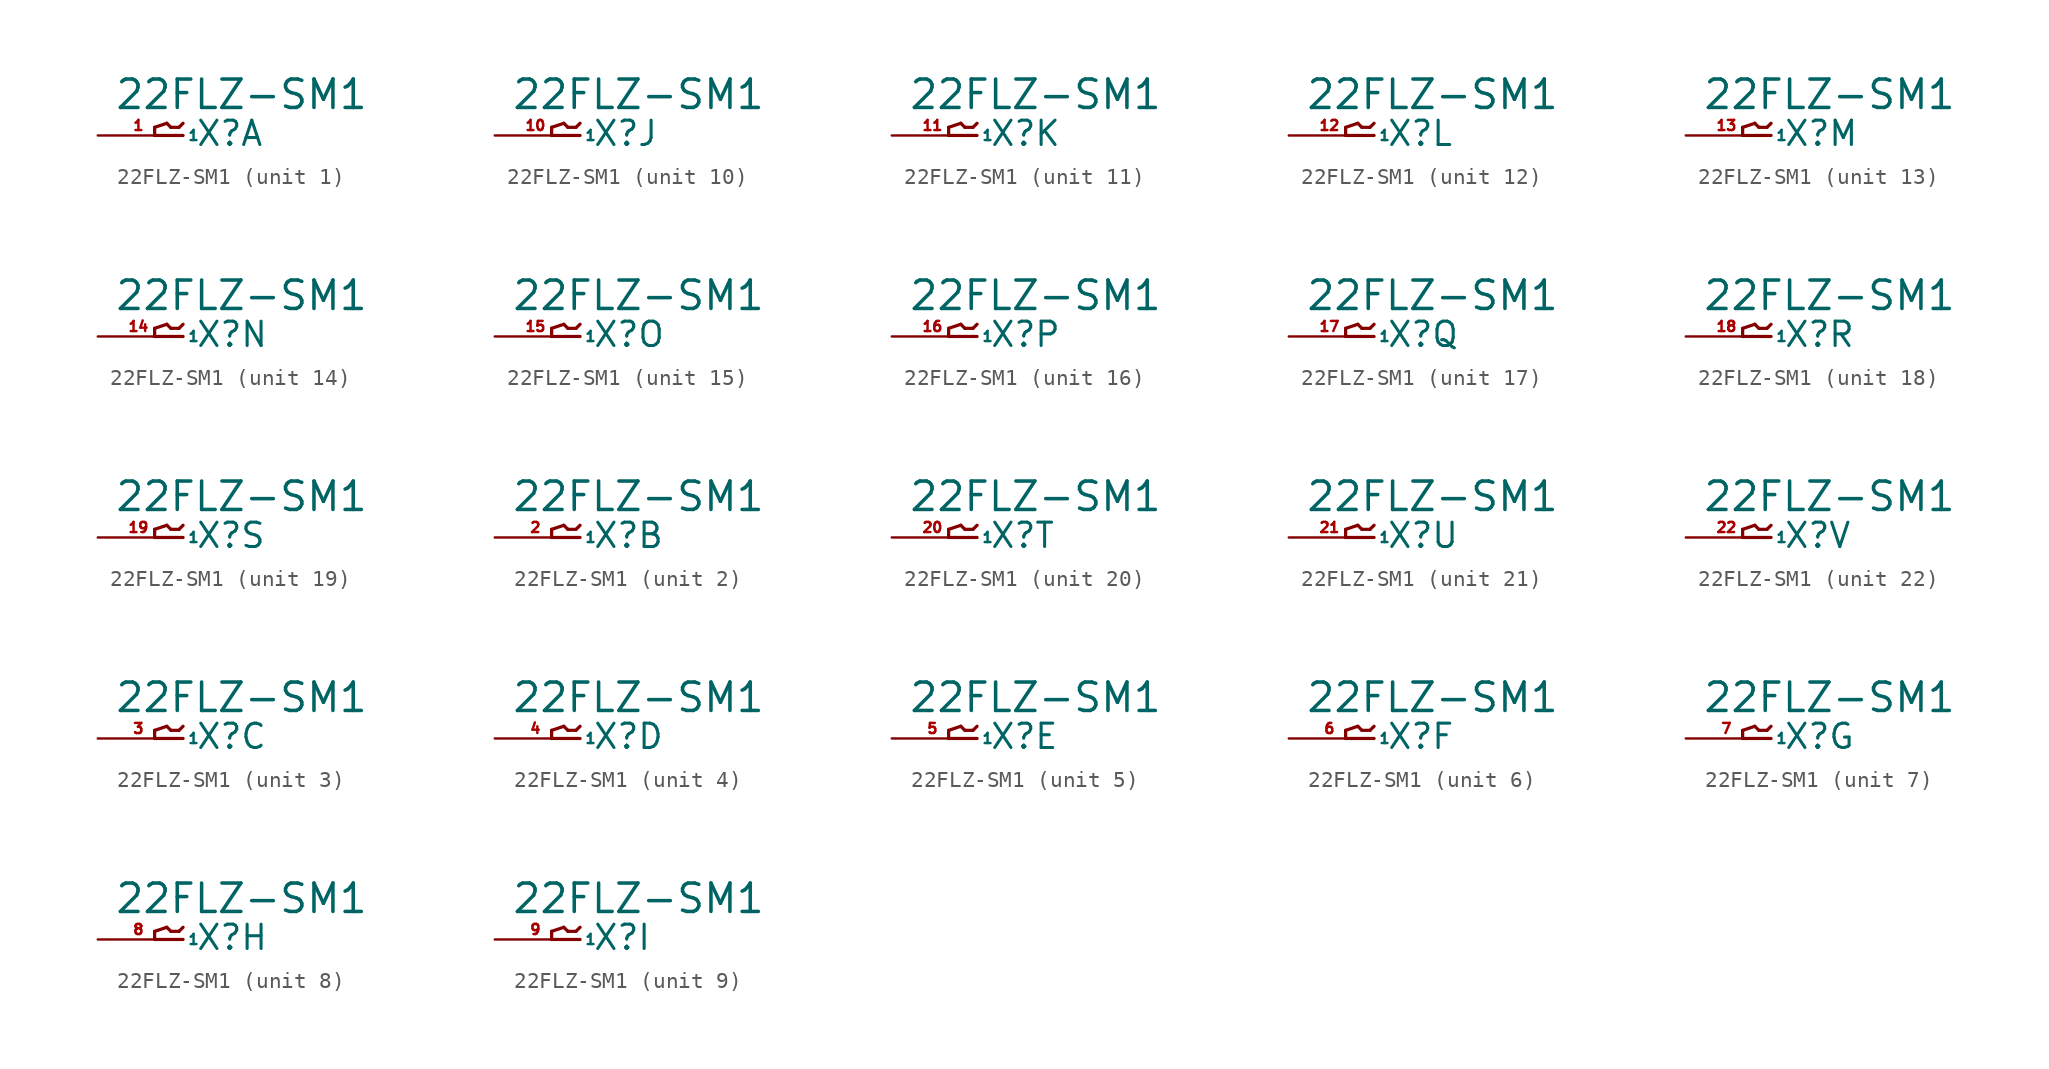
<source format=kicad_sym>
(kicad_symbol_lib
  (version 20220914)
  (generator Eagle2Kicad)
  (symbol "22FLZ-SM1"
    (property "Reference" "X"
      (at 1.016 -0.762 0)
      (effects (font (size 1.524 1.524) (thickness 0.19)) (justify left bottom)))
    (property "Value" "22FLZ-SM1"
      (at -4.064 1.524 0)
      (effects (font (size 1.778 1.778) (thickness 0.22)) (justify left bottom)))
    (symbol "22FLZ-SM1_1_0"
      (polyline (pts (xy 0.254 0) (xy -1.524 0)) (stroke (width 0.203) (type default)) (fill (type none)))
      (polyline (pts (xy -1.524 0) (xy -1.524 0.508)) (stroke (width 0.203) (type default)) (fill (type none)))
      (polyline (pts (xy -1.524 0.508) (xy -0.762 0.762)) (stroke (width 0.203) (type default)) (fill (type none)))
      (polyline (pts (xy -0.762 0.762) (xy -0.508 0.508)) (stroke (width 0.203) (type default)) (fill (type none)))
      (polyline (pts (xy -0.508 0.508) (xy 0 0.508)) (stroke (width 0.203) (type default)) (fill (type none)))
      (polyline (pts (xy 0 0.508) (xy 0.254 0.762)) (stroke (width 0.203) (type default)) (fill (type none)))
      (pin passive line (at -5.08 0 0) (length 5.08) (name "1" (effects (font (size 0.635 0.635) (thickness 0.08)) (justify left bottom))) (number "1" (effects (font (size 0.635 0.635) (thickness 0.08)) (justify left bottom)))))
    (symbol "22FLZ-SM1_2_0"
      (polyline (pts (xy 0.254 0) (xy -1.524 0)) (stroke (width 0.203) (type default)) (fill (type none)))
      (polyline (pts (xy -1.524 0) (xy -1.524 0.508)) (stroke (width 0.203) (type default)) (fill (type none)))
      (polyline (pts (xy -1.524 0.508) (xy -0.762 0.762)) (stroke (width 0.203) (type default)) (fill (type none)))
      (polyline (pts (xy -0.762 0.762) (xy -0.508 0.508)) (stroke (width 0.203) (type default)) (fill (type none)))
      (polyline (pts (xy -0.508 0.508) (xy 0 0.508)) (stroke (width 0.203) (type default)) (fill (type none)))
      (polyline (pts (xy 0 0.508) (xy 0.254 0.762)) (stroke (width 0.203) (type default)) (fill (type none)))
      (pin passive line (at -5.08 0 0) (length 5.08) (name "1" (effects (font (size 0.635 0.635) (thickness 0.08)) (justify left bottom))) (number "2" (effects (font (size 0.635 0.635) (thickness 0.08)) (justify left bottom)))))
    (symbol "22FLZ-SM1_3_0"
      (polyline (pts (xy 0.254 0) (xy -1.524 0)) (stroke (width 0.203) (type default)) (fill (type none)))
      (polyline (pts (xy -1.524 0) (xy -1.524 0.508)) (stroke (width 0.203) (type default)) (fill (type none)))
      (polyline (pts (xy -1.524 0.508) (xy -0.762 0.762)) (stroke (width 0.203) (type default)) (fill (type none)))
      (polyline (pts (xy -0.762 0.762) (xy -0.508 0.508)) (stroke (width 0.203) (type default)) (fill (type none)))
      (polyline (pts (xy -0.508 0.508) (xy 0 0.508)) (stroke (width 0.203) (type default)) (fill (type none)))
      (polyline (pts (xy 0 0.508) (xy 0.254 0.762)) (stroke (width 0.203) (type default)) (fill (type none)))
      (pin passive line (at -5.08 0 0) (length 5.08) (name "1" (effects (font (size 0.635 0.635) (thickness 0.08)) (justify left bottom))) (number "3" (effects (font (size 0.635 0.635) (thickness 0.08)) (justify left bottom)))))
    (symbol "22FLZ-SM1_4_0"
      (polyline (pts (xy 0.254 0) (xy -1.524 0)) (stroke (width 0.203) (type default)) (fill (type none)))
      (polyline (pts (xy -1.524 0) (xy -1.524 0.508)) (stroke (width 0.203) (type default)) (fill (type none)))
      (polyline (pts (xy -1.524 0.508) (xy -0.762 0.762)) (stroke (width 0.203) (type default)) (fill (type none)))
      (polyline (pts (xy -0.762 0.762) (xy -0.508 0.508)) (stroke (width 0.203) (type default)) (fill (type none)))
      (polyline (pts (xy -0.508 0.508) (xy 0 0.508)) (stroke (width 0.203) (type default)) (fill (type none)))
      (polyline (pts (xy 0 0.508) (xy 0.254 0.762)) (stroke (width 0.203) (type default)) (fill (type none)))
      (pin passive line (at -5.08 0 0) (length 5.08) (name "1" (effects (font (size 0.635 0.635) (thickness 0.08)) (justify left bottom))) (number "4" (effects (font (size 0.635 0.635) (thickness 0.08)) (justify left bottom)))))
    (symbol "22FLZ-SM1_5_0"
      (polyline (pts (xy 0.254 0) (xy -1.524 0)) (stroke (width 0.203) (type default)) (fill (type none)))
      (polyline (pts (xy -1.524 0) (xy -1.524 0.508)) (stroke (width 0.203) (type default)) (fill (type none)))
      (polyline (pts (xy -1.524 0.508) (xy -0.762 0.762)) (stroke (width 0.203) (type default)) (fill (type none)))
      (polyline (pts (xy -0.762 0.762) (xy -0.508 0.508)) (stroke (width 0.203) (type default)) (fill (type none)))
      (polyline (pts (xy -0.508 0.508) (xy 0 0.508)) (stroke (width 0.203) (type default)) (fill (type none)))
      (polyline (pts (xy 0 0.508) (xy 0.254 0.762)) (stroke (width 0.203) (type default)) (fill (type none)))
      (pin passive line (at -5.08 0 0) (length 5.08) (name "1" (effects (font (size 0.635 0.635) (thickness 0.08)) (justify left bottom))) (number "5" (effects (font (size 0.635 0.635) (thickness 0.08)) (justify left bottom)))))
    (symbol "22FLZ-SM1_6_0"
      (polyline (pts (xy 0.254 0) (xy -1.524 0)) (stroke (width 0.203) (type default)) (fill (type none)))
      (polyline (pts (xy -1.524 0) (xy -1.524 0.508)) (stroke (width 0.203) (type default)) (fill (type none)))
      (polyline (pts (xy -1.524 0.508) (xy -0.762 0.762)) (stroke (width 0.203) (type default)) (fill (type none)))
      (polyline (pts (xy -0.762 0.762) (xy -0.508 0.508)) (stroke (width 0.203) (type default)) (fill (type none)))
      (polyline (pts (xy -0.508 0.508) (xy 0 0.508)) (stroke (width 0.203) (type default)) (fill (type none)))
      (polyline (pts (xy 0 0.508) (xy 0.254 0.762)) (stroke (width 0.203) (type default)) (fill (type none)))
      (pin passive line (at -5.08 0 0) (length 5.08) (name "1" (effects (font (size 0.635 0.635) (thickness 0.08)) (justify left bottom))) (number "6" (effects (font (size 0.635 0.635) (thickness 0.08)) (justify left bottom)))))
    (symbol "22FLZ-SM1_7_0"
      (polyline (pts (xy 0.254 0) (xy -1.524 0)) (stroke (width 0.203) (type default)) (fill (type none)))
      (polyline (pts (xy -1.524 0) (xy -1.524 0.508)) (stroke (width 0.203) (type default)) (fill (type none)))
      (polyline (pts (xy -1.524 0.508) (xy -0.762 0.762)) (stroke (width 0.203) (type default)) (fill (type none)))
      (polyline (pts (xy -0.762 0.762) (xy -0.508 0.508)) (stroke (width 0.203) (type default)) (fill (type none)))
      (polyline (pts (xy -0.508 0.508) (xy 0 0.508)) (stroke (width 0.203) (type default)) (fill (type none)))
      (polyline (pts (xy 0 0.508) (xy 0.254 0.762)) (stroke (width 0.203) (type default)) (fill (type none)))
      (pin passive line (at -5.08 0 0) (length 5.08) (name "1" (effects (font (size 0.635 0.635) (thickness 0.08)) (justify left bottom))) (number "7" (effects (font (size 0.635 0.635) (thickness 0.08)) (justify left bottom)))))
    (symbol "22FLZ-SM1_8_0"
      (polyline (pts (xy 0.254 0) (xy -1.524 0)) (stroke (width 0.203) (type default)) (fill (type none)))
      (polyline (pts (xy -1.524 0) (xy -1.524 0.508)) (stroke (width 0.203) (type default)) (fill (type none)))
      (polyline (pts (xy -1.524 0.508) (xy -0.762 0.762)) (stroke (width 0.203) (type default)) (fill (type none)))
      (polyline (pts (xy -0.762 0.762) (xy -0.508 0.508)) (stroke (width 0.203) (type default)) (fill (type none)))
      (polyline (pts (xy -0.508 0.508) (xy 0 0.508)) (stroke (width 0.203) (type default)) (fill (type none)))
      (polyline (pts (xy 0 0.508) (xy 0.254 0.762)) (stroke (width 0.203) (type default)) (fill (type none)))
      (pin passive line (at -5.08 0 0) (length 5.08) (name "1" (effects (font (size 0.635 0.635) (thickness 0.08)) (justify left bottom))) (number "8" (effects (font (size 0.635 0.635) (thickness 0.08)) (justify left bottom)))))
    (symbol "22FLZ-SM1_9_0"
      (polyline (pts (xy 0.254 0) (xy -1.524 0)) (stroke (width 0.203) (type default)) (fill (type none)))
      (polyline (pts (xy -1.524 0) (xy -1.524 0.508)) (stroke (width 0.203) (type default)) (fill (type none)))
      (polyline (pts (xy -1.524 0.508) (xy -0.762 0.762)) (stroke (width 0.203) (type default)) (fill (type none)))
      (polyline (pts (xy -0.762 0.762) (xy -0.508 0.508)) (stroke (width 0.203) (type default)) (fill (type none)))
      (polyline (pts (xy -0.508 0.508) (xy 0 0.508)) (stroke (width 0.203) (type default)) (fill (type none)))
      (polyline (pts (xy 0 0.508) (xy 0.254 0.762)) (stroke (width 0.203) (type default)) (fill (type none)))
      (pin passive line (at -5.08 0 0) (length 5.08) (name "1" (effects (font (size 0.635 0.635) (thickness 0.08)) (justify left bottom))) (number "9" (effects (font (size 0.635 0.635) (thickness 0.08)) (justify left bottom)))))
    (symbol "22FLZ-SM1_10_0"
      (polyline (pts (xy 0.254 0) (xy -1.524 0)) (stroke (width 0.203) (type default)) (fill (type none)))
      (polyline (pts (xy -1.524 0) (xy -1.524 0.508)) (stroke (width 0.203) (type default)) (fill (type none)))
      (polyline (pts (xy -1.524 0.508) (xy -0.762 0.762)) (stroke (width 0.203) (type default)) (fill (type none)))
      (polyline (pts (xy -0.762 0.762) (xy -0.508 0.508)) (stroke (width 0.203) (type default)) (fill (type none)))
      (polyline (pts (xy -0.508 0.508) (xy 0 0.508)) (stroke (width 0.203) (type default)) (fill (type none)))
      (polyline (pts (xy 0 0.508) (xy 0.254 0.762)) (stroke (width 0.203) (type default)) (fill (type none)))
      (pin passive line (at -5.08 0 0) (length 5.08) (name "1" (effects (font (size 0.635 0.635) (thickness 0.08)) (justify left bottom))) (number "10" (effects (font (size 0.635 0.635) (thickness 0.08)) (justify left bottom)))))
    (symbol "22FLZ-SM1_11_0"
      (polyline (pts (xy 0.254 0) (xy -1.524 0)) (stroke (width 0.203) (type default)) (fill (type none)))
      (polyline (pts (xy -1.524 0) (xy -1.524 0.508)) (stroke (width 0.203) (type default)) (fill (type none)))
      (polyline (pts (xy -1.524 0.508) (xy -0.762 0.762)) (stroke (width 0.203) (type default)) (fill (type none)))
      (polyline (pts (xy -0.762 0.762) (xy -0.508 0.508)) (stroke (width 0.203) (type default)) (fill (type none)))
      (polyline (pts (xy -0.508 0.508) (xy 0 0.508)) (stroke (width 0.203) (type default)) (fill (type none)))
      (polyline (pts (xy 0 0.508) (xy 0.254 0.762)) (stroke (width 0.203) (type default)) (fill (type none)))
      (pin passive line (at -5.08 0 0) (length 5.08) (name "1" (effects (font (size 0.635 0.635) (thickness 0.08)) (justify left bottom))) (number "11" (effects (font (size 0.635 0.635) (thickness 0.08)) (justify left bottom)))))
    (symbol "22FLZ-SM1_12_0"
      (polyline (pts (xy 0.254 0) (xy -1.524 0)) (stroke (width 0.203) (type default)) (fill (type none)))
      (polyline (pts (xy -1.524 0) (xy -1.524 0.508)) (stroke (width 0.203) (type default)) (fill (type none)))
      (polyline (pts (xy -1.524 0.508) (xy -0.762 0.762)) (stroke (width 0.203) (type default)) (fill (type none)))
      (polyline (pts (xy -0.762 0.762) (xy -0.508 0.508)) (stroke (width 0.203) (type default)) (fill (type none)))
      (polyline (pts (xy -0.508 0.508) (xy 0 0.508)) (stroke (width 0.203) (type default)) (fill (type none)))
      (polyline (pts (xy 0 0.508) (xy 0.254 0.762)) (stroke (width 0.203) (type default)) (fill (type none)))
      (pin passive line (at -5.08 0 0) (length 5.08) (name "1" (effects (font (size 0.635 0.635) (thickness 0.08)) (justify left bottom))) (number "12" (effects (font (size 0.635 0.635) (thickness 0.08)) (justify left bottom)))))
    (symbol "22FLZ-SM1_13_0"
      (polyline (pts (xy 0.254 0) (xy -1.524 0)) (stroke (width 0.203) (type default)) (fill (type none)))
      (polyline (pts (xy -1.524 0) (xy -1.524 0.508)) (stroke (width 0.203) (type default)) (fill (type none)))
      (polyline (pts (xy -1.524 0.508) (xy -0.762 0.762)) (stroke (width 0.203) (type default)) (fill (type none)))
      (polyline (pts (xy -0.762 0.762) (xy -0.508 0.508)) (stroke (width 0.203) (type default)) (fill (type none)))
      (polyline (pts (xy -0.508 0.508) (xy 0 0.508)) (stroke (width 0.203) (type default)) (fill (type none)))
      (polyline (pts (xy 0 0.508) (xy 0.254 0.762)) (stroke (width 0.203) (type default)) (fill (type none)))
      (pin passive line (at -5.08 0 0) (length 5.08) (name "1" (effects (font (size 0.635 0.635) (thickness 0.08)) (justify left bottom))) (number "13" (effects (font (size 0.635 0.635) (thickness 0.08)) (justify left bottom)))))
    (symbol "22FLZ-SM1_14_0"
      (polyline (pts (xy 0.254 0) (xy -1.524 0)) (stroke (width 0.203) (type default)) (fill (type none)))
      (polyline (pts (xy -1.524 0) (xy -1.524 0.508)) (stroke (width 0.203) (type default)) (fill (type none)))
      (polyline (pts (xy -1.524 0.508) (xy -0.762 0.762)) (stroke (width 0.203) (type default)) (fill (type none)))
      (polyline (pts (xy -0.762 0.762) (xy -0.508 0.508)) (stroke (width 0.203) (type default)) (fill (type none)))
      (polyline (pts (xy -0.508 0.508) (xy 0 0.508)) (stroke (width 0.203) (type default)) (fill (type none)))
      (polyline (pts (xy 0 0.508) (xy 0.254 0.762)) (stroke (width 0.203) (type default)) (fill (type none)))
      (pin passive line (at -5.08 0 0) (length 5.08) (name "1" (effects (font (size 0.635 0.635) (thickness 0.08)) (justify left bottom))) (number "14" (effects (font (size 0.635 0.635) (thickness 0.08)) (justify left bottom)))))
    (symbol "22FLZ-SM1_15_0"
      (polyline (pts (xy 0.254 0) (xy -1.524 0)) (stroke (width 0.203) (type default)) (fill (type none)))
      (polyline (pts (xy -1.524 0) (xy -1.524 0.508)) (stroke (width 0.203) (type default)) (fill (type none)))
      (polyline (pts (xy -1.524 0.508) (xy -0.762 0.762)) (stroke (width 0.203) (type default)) (fill (type none)))
      (polyline (pts (xy -0.762 0.762) (xy -0.508 0.508)) (stroke (width 0.203) (type default)) (fill (type none)))
      (polyline (pts (xy -0.508 0.508) (xy 0 0.508)) (stroke (width 0.203) (type default)) (fill (type none)))
      (polyline (pts (xy 0 0.508) (xy 0.254 0.762)) (stroke (width 0.203) (type default)) (fill (type none)))
      (pin passive line (at -5.08 0 0) (length 5.08) (name "1" (effects (font (size 0.635 0.635) (thickness 0.08)) (justify left bottom))) (number "15" (effects (font (size 0.635 0.635) (thickness 0.08)) (justify left bottom)))))
    (symbol "22FLZ-SM1_16_0"
      (polyline (pts (xy 0.254 0) (xy -1.524 0)) (stroke (width 0.203) (type default)) (fill (type none)))
      (polyline (pts (xy -1.524 0) (xy -1.524 0.508)) (stroke (width 0.203) (type default)) (fill (type none)))
      (polyline (pts (xy -1.524 0.508) (xy -0.762 0.762)) (stroke (width 0.203) (type default)) (fill (type none)))
      (polyline (pts (xy -0.762 0.762) (xy -0.508 0.508)) (stroke (width 0.203) (type default)) (fill (type none)))
      (polyline (pts (xy -0.508 0.508) (xy 0 0.508)) (stroke (width 0.203) (type default)) (fill (type none)))
      (polyline (pts (xy 0 0.508) (xy 0.254 0.762)) (stroke (width 0.203) (type default)) (fill (type none)))
      (pin passive line (at -5.08 0 0) (length 5.08) (name "1" (effects (font (size 0.635 0.635) (thickness 0.08)) (justify left bottom))) (number "16" (effects (font (size 0.635 0.635) (thickness 0.08)) (justify left bottom)))))
    (symbol "22FLZ-SM1_17_0"
      (polyline (pts (xy 0.254 0) (xy -1.524 0)) (stroke (width 0.203) (type default)) (fill (type none)))
      (polyline (pts (xy -1.524 0) (xy -1.524 0.508)) (stroke (width 0.203) (type default)) (fill (type none)))
      (polyline (pts (xy -1.524 0.508) (xy -0.762 0.762)) (stroke (width 0.203) (type default)) (fill (type none)))
      (polyline (pts (xy -0.762 0.762) (xy -0.508 0.508)) (stroke (width 0.203) (type default)) (fill (type none)))
      (polyline (pts (xy -0.508 0.508) (xy 0 0.508)) (stroke (width 0.203) (type default)) (fill (type none)))
      (polyline (pts (xy 0 0.508) (xy 0.254 0.762)) (stroke (width 0.203) (type default)) (fill (type none)))
      (pin passive line (at -5.08 0 0) (length 5.08) (name "1" (effects (font (size 0.635 0.635) (thickness 0.08)) (justify left bottom))) (number "17" (effects (font (size 0.635 0.635) (thickness 0.08)) (justify left bottom)))))
    (symbol "22FLZ-SM1_18_0"
      (polyline (pts (xy 0.254 0) (xy -1.524 0)) (stroke (width 0.203) (type default)) (fill (type none)))
      (polyline (pts (xy -1.524 0) (xy -1.524 0.508)) (stroke (width 0.203) (type default)) (fill (type none)))
      (polyline (pts (xy -1.524 0.508) (xy -0.762 0.762)) (stroke (width 0.203) (type default)) (fill (type none)))
      (polyline (pts (xy -0.762 0.762) (xy -0.508 0.508)) (stroke (width 0.203) (type default)) (fill (type none)))
      (polyline (pts (xy -0.508 0.508) (xy 0 0.508)) (stroke (width 0.203) (type default)) (fill (type none)))
      (polyline (pts (xy 0 0.508) (xy 0.254 0.762)) (stroke (width 0.203) (type default)) (fill (type none)))
      (pin passive line (at -5.08 0 0) (length 5.08) (name "1" (effects (font (size 0.635 0.635) (thickness 0.08)) (justify left bottom))) (number "18" (effects (font (size 0.635 0.635) (thickness 0.08)) (justify left bottom)))))
    (symbol "22FLZ-SM1_19_0"
      (polyline (pts (xy 0.254 0) (xy -1.524 0)) (stroke (width 0.203) (type default)) (fill (type none)))
      (polyline (pts (xy -1.524 0) (xy -1.524 0.508)) (stroke (width 0.203) (type default)) (fill (type none)))
      (polyline (pts (xy -1.524 0.508) (xy -0.762 0.762)) (stroke (width 0.203) (type default)) (fill (type none)))
      (polyline (pts (xy -0.762 0.762) (xy -0.508 0.508)) (stroke (width 0.203) (type default)) (fill (type none)))
      (polyline (pts (xy -0.508 0.508) (xy 0 0.508)) (stroke (width 0.203) (type default)) (fill (type none)))
      (polyline (pts (xy 0 0.508) (xy 0.254 0.762)) (stroke (width 0.203) (type default)) (fill (type none)))
      (pin passive line (at -5.08 0 0) (length 5.08) (name "1" (effects (font (size 0.635 0.635) (thickness 0.08)) (justify left bottom))) (number "19" (effects (font (size 0.635 0.635) (thickness 0.08)) (justify left bottom)))))
    (symbol "22FLZ-SM1_20_0"
      (polyline (pts (xy 0.254 0) (xy -1.524 0)) (stroke (width 0.203) (type default)) (fill (type none)))
      (polyline (pts (xy -1.524 0) (xy -1.524 0.508)) (stroke (width 0.203) (type default)) (fill (type none)))
      (polyline (pts (xy -1.524 0.508) (xy -0.762 0.762)) (stroke (width 0.203) (type default)) (fill (type none)))
      (polyline (pts (xy -0.762 0.762) (xy -0.508 0.508)) (stroke (width 0.203) (type default)) (fill (type none)))
      (polyline (pts (xy -0.508 0.508) (xy 0 0.508)) (stroke (width 0.203) (type default)) (fill (type none)))
      (polyline (pts (xy 0 0.508) (xy 0.254 0.762)) (stroke (width 0.203) (type default)) (fill (type none)))
      (pin passive line (at -5.08 0 0) (length 5.08) (name "1" (effects (font (size 0.635 0.635) (thickness 0.08)) (justify left bottom))) (number "20" (effects (font (size 0.635 0.635) (thickness 0.08)) (justify left bottom)))))
    (symbol "22FLZ-SM1_21_0"
      (polyline (pts (xy 0.254 0) (xy -1.524 0)) (stroke (width 0.203) (type default)) (fill (type none)))
      (polyline (pts (xy -1.524 0) (xy -1.524 0.508)) (stroke (width 0.203) (type default)) (fill (type none)))
      (polyline (pts (xy -1.524 0.508) (xy -0.762 0.762)) (stroke (width 0.203) (type default)) (fill (type none)))
      (polyline (pts (xy -0.762 0.762) (xy -0.508 0.508)) (stroke (width 0.203) (type default)) (fill (type none)))
      (polyline (pts (xy -0.508 0.508) (xy 0 0.508)) (stroke (width 0.203) (type default)) (fill (type none)))
      (polyline (pts (xy 0 0.508) (xy 0.254 0.762)) (stroke (width 0.203) (type default)) (fill (type none)))
      (pin passive line (at -5.08 0 0) (length 5.08) (name "1" (effects (font (size 0.635 0.635) (thickness 0.08)) (justify left bottom))) (number "21" (effects (font (size 0.635 0.635) (thickness 0.08)) (justify left bottom)))))
    (symbol "22FLZ-SM1_22_0"
      (polyline (pts (xy 0.254 0) (xy -1.524 0)) (stroke (width 0.203) (type default)) (fill (type none)))
      (polyline (pts (xy -1.524 0) (xy -1.524 0.508)) (stroke (width 0.203) (type default)) (fill (type none)))
      (polyline (pts (xy -1.524 0.508) (xy -0.762 0.762)) (stroke (width 0.203) (type default)) (fill (type none)))
      (polyline (pts (xy -0.762 0.762) (xy -0.508 0.508)) (stroke (width 0.203) (type default)) (fill (type none)))
      (polyline (pts (xy -0.508 0.508) (xy 0 0.508)) (stroke (width 0.203) (type default)) (fill (type none)))
      (polyline (pts (xy 0 0.508) (xy 0.254 0.762)) (stroke (width 0.203) (type default)) (fill (type none)))
      (pin passive line (at -5.08 0 0) (length 5.08) (name "1" (effects (font (size 0.635 0.635) (thickness 0.08)) (justify left bottom))) (number "22" (effects (font (size 0.635 0.635) (thickness 0.08)) (justify left bottom)))))))
</source>
